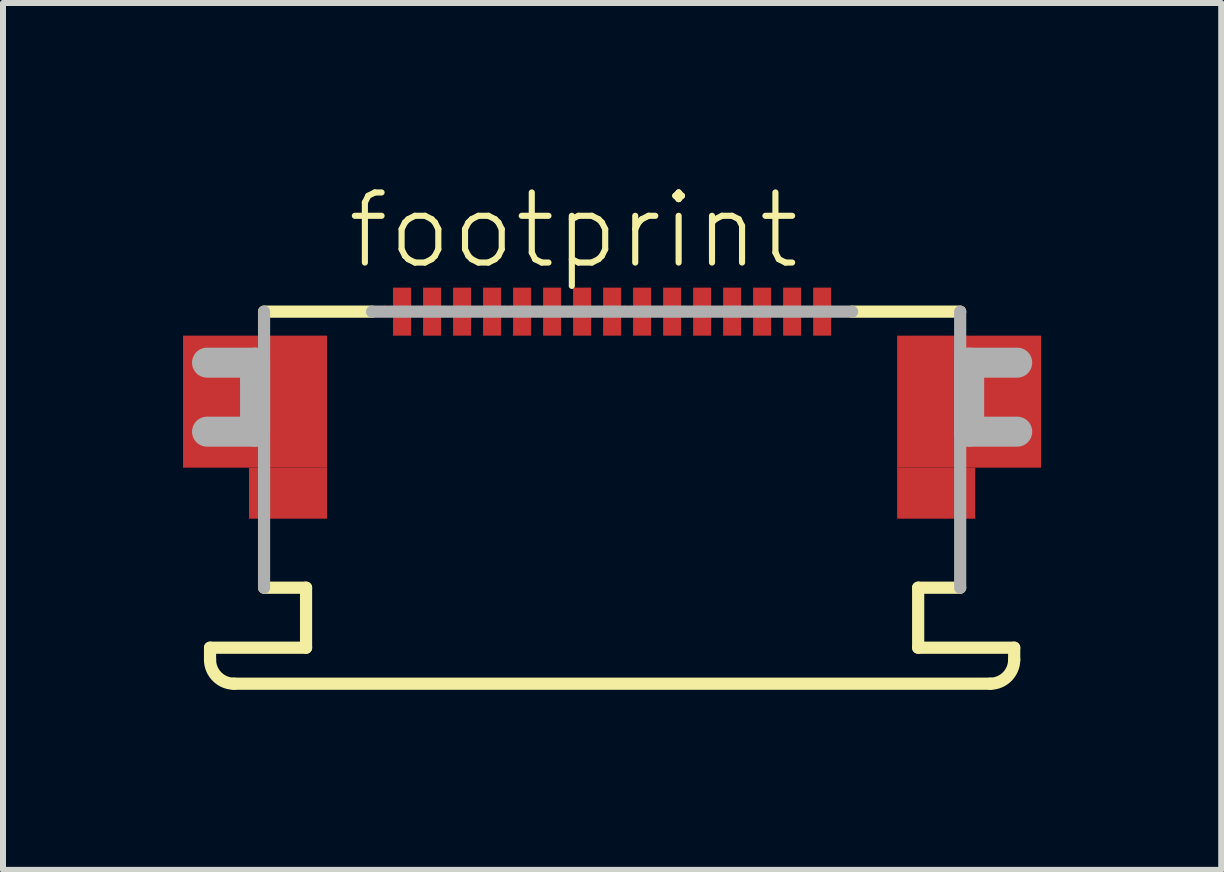
<source format=kicad_pcb>
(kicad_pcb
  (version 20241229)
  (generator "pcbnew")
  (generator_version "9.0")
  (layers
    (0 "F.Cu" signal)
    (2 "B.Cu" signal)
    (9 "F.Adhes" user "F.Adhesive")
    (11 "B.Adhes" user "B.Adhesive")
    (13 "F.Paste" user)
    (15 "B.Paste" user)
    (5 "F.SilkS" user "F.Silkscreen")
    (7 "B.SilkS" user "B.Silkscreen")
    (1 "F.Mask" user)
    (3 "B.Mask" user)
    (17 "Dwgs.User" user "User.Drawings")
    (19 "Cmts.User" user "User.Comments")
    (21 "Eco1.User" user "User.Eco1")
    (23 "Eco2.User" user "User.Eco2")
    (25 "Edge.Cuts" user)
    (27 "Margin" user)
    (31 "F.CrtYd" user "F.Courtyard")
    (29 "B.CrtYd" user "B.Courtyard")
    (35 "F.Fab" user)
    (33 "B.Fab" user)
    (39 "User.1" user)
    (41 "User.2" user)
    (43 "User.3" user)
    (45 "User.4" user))
  (footprint "footprint"
    (layer "F.Cu")
    (at 7.15 2.743)
    (property "Reference" "footprint" (at -4.465 -1.27 0) (layer "F.SilkS") (effects (font (size 1.168 1.168) (thickness 0.102)) (justify left bottom)))
    (fp_poly (pts (xy -7.15 2) (xy -4.75 2) (xy -4.75 -0.2) (xy -7.15 -0.2)) (stroke (width 0) (type solid)) (fill yes) (layer "F.Cu"))
    (fp_poly (pts (xy -6.05 2.85) (xy -4.75 2.85) (xy -4.75 2) (xy -6.05 2)) (stroke (width 0) (type solid)) (fill yes) (layer "F.Cu"))
    (fp_poly (pts (xy 4.75 2) (xy 7.15 2) (xy 7.15 -0.2) (xy 4.75 -0.2)) (stroke (width 0) (type solid)) (fill yes) (layer "F.Cu"))
    (fp_poly (pts (xy 4.75 2.85) (xy 6.05 2.85) (xy 6.05 2) (xy 4.75 2)) (stroke (width 0) (type solid)) (fill yes) (layer "F.Cu"))
    (fp_poly (pts (xy -7.15 2) (xy -4.75 2) (xy -4.75 -0.2) (xy -7.15 -0.2)) (stroke (width 0) (type solid)) (fill yes) (layer "F.Mask"))
    (fp_poly (pts (xy -6.05 2.85) (xy -4.75 2.85) (xy -4.75 2) (xy -6.05 2)) (stroke (width 0) (type solid)) (fill yes) (layer "F.Mask"))
    (fp_poly (pts (xy -3.675 -0.175) (xy -3.325 -0.175) (xy -3.325 -1.025) (xy -3.675 -1.025)) (stroke (width 0) (type solid)) (fill yes) (layer "F.Mask"))
    (fp_poly (pts (xy -3.175 -0.175) (xy -2.825 -0.175) (xy -2.825 -1.025) (xy -3.175 -1.025)) (stroke (width 0) (type solid)) (fill yes) (layer "F.Mask"))
    (fp_poly (pts (xy -2.675 -0.175) (xy -2.325 -0.175) (xy -2.325 -1.025) (xy -2.675 -1.025)) (stroke (width 0) (type solid)) (fill yes) (layer "F.Mask"))
    (fp_poly (pts (xy -2.175 -0.175) (xy -1.825 -0.175) (xy -1.825 -1.025) (xy -2.175 -1.025)) (stroke (width 0) (type solid)) (fill yes) (layer "F.Mask"))
    (fp_poly (pts (xy -1.675 -0.175) (xy -1.325 -0.175) (xy -1.325 -1.025) (xy -1.675 -1.025)) (stroke (width 0) (type solid)) (fill yes) (layer "F.Mask"))
    (fp_poly (pts (xy -1.175 -0.175) (xy -0.825 -0.175) (xy -0.825 -1.025) (xy -1.175 -1.025)) (stroke (width 0) (type solid)) (fill yes) (layer "F.Mask"))
    (fp_poly (pts (xy -0.675 -0.175) (xy -0.325 -0.175) (xy -0.325 -1.025) (xy -0.675 -1.025)) (stroke (width 0) (type solid)) (fill yes) (layer "F.Mask"))
    (fp_poly (pts (xy -0.175 -0.175) (xy 0.175 -0.175) (xy 0.175 -1.025) (xy -0.175 -1.025)) (stroke (width 0) (type solid)) (fill yes) (layer "F.Mask"))
    (fp_poly (pts (xy 0.325 -0.175) (xy 0.675 -0.175) (xy 0.675 -1.025) (xy 0.325 -1.025)) (stroke (width 0) (type solid)) (fill yes) (layer "F.Mask"))
    (fp_poly (pts (xy 0.825 -0.175) (xy 1.175 -0.175) (xy 1.175 -1.025) (xy 0.825 -1.025)) (stroke (width 0) (type solid)) (fill yes) (layer "F.Mask"))
    (fp_poly (pts (xy 1.325 -0.175) (xy 1.675 -0.175) (xy 1.675 -1.025) (xy 1.325 -1.025)) (stroke (width 0) (type solid)) (fill yes) (layer "F.Mask"))
    (fp_poly (pts (xy 1.825 -0.175) (xy 2.175 -0.175) (xy 2.175 -1.025) (xy 1.825 -1.025)) (stroke (width 0) (type solid)) (fill yes) (layer "F.Mask"))
    (fp_poly (pts (xy 2.325 -0.175) (xy 2.675 -0.175) (xy 2.675 -1.025) (xy 2.325 -1.025)) (stroke (width 0) (type solid)) (fill yes) (layer "F.Mask"))
    (fp_poly (pts (xy 2.825 -0.175) (xy 3.175 -0.175) (xy 3.175 -1.025) (xy 2.825 -1.025)) (stroke (width 0) (type solid)) (fill yes) (layer "F.Mask"))
    (fp_poly (pts (xy 3.325 -0.175) (xy 3.675 -0.175) (xy 3.675 -1.025) (xy 3.325 -1.025)) (stroke (width 0) (type solid)) (fill yes) (layer "F.Mask"))
    (fp_poly (pts (xy 4.75 2) (xy 7.15 2) (xy 7.15 -0.2) (xy 4.75 -0.2)) (stroke (width 0) (type solid)) (fill yes) (layer "F.Mask"))
    (fp_poly (pts (xy 4.75 2.85) (xy 6.05 2.85) (xy 6.05 2) (xy 4.75 2)) (stroke (width 0) (type solid)) (fill yes) (layer "F.Mask"))
    (fp_line (start -6.7 5) (end -5.1 5) (stroke (width 0.203) (type solid)) (layer "F.SilkS"))
    (fp_line (start -6.7 5.2) (end -6.7 5) (stroke (width 0.203) (type solid)) (layer "F.SilkS"))
    (fp_line (start -5.8 -0.6) (end -4 -0.6) (stroke (width 0.203) (type solid)) (layer "F.SilkS"))
    (fp_line (start -5.1 4) (end -5.8 4) (stroke (width 0.203) (type solid)) (layer "F.SilkS"))
    (fp_line (start -5.1 5) (end -5.1 4) (stroke (width 0.203) (type solid)) (layer "F.SilkS"))
    (fp_line (start 4 -0.6) (end 5.8 -0.6) (stroke (width 0.203) (type solid)) (layer "F.SilkS"))
    (fp_line (start 5.1 4) (end 5.1 5) (stroke (width 0.203) (type solid)) (layer "F.SilkS"))
    (fp_line (start 5.1 5) (end 6.7 5) (stroke (width 0.203) (type solid)) (layer "F.SilkS"))
    (fp_line (start 5.8 4) (end 5.1 4) (stroke (width 0.203) (type solid)) (layer "F.SilkS"))
    (fp_line (start 6.3 5.6) (end -6.3 5.6) (stroke (width 0.203) (type solid)) (layer "F.SilkS"))
    (fp_line (start 6.7 5) (end 6.7 5.2) (stroke (width 0.203) (type solid)) (layer "F.SilkS"))
    (fp_arc (start -6.3 5.6) (mid -6.582843 5.482843) (end -6.7 5.2) (stroke (width 0.2032) (type solid)) (layer "F.SilkS"))
    (fp_arc (start 6.7 5.2) (mid 6.582843 5.482843) (end 6.3 5.6) (stroke (width 0.2032) (type solid)) (layer "F.SilkS"))
    (fp_poly (pts (xy -7.025 1.9) (xy -4.85 1.9) (xy -4.85 -0.075) (xy -7.025 -0.075)) (stroke (width 0) (type solid)) (fill yes) (layer "F.Paste"))
    (fp_poly (pts (xy -5.95 2.75) (xy -4.85 2.75) (xy -4.85 1.9) (xy -5.95 1.9)) (stroke (width 0) (type solid)) (fill yes) (layer "F.Paste"))
    (fp_poly (pts (xy 4.85 1.9) (xy 7.025 1.9) (xy 7.025 -0.075) (xy 4.85 -0.075)) (stroke (width 0) (type solid)) (fill yes) (layer "F.Paste"))
    (fp_poly (pts (xy 4.85 2.75) (xy 5.95 2.75) (xy 5.95 1.9) (xy 4.85 1.9)) (stroke (width 0) (type solid)) (fill yes) (layer "F.Paste"))
    (fp_line (start -6.75 0.25) (end -5.95 0.25) (stroke (width 0.5) (type solid)) (layer "F.Fab"))
    (fp_line (start -5.95 0.25) (end -5.95 1.4) (stroke (width 0.5) (type solid)) (layer "F.Fab"))
    (fp_line (start -5.95 1.4) (end -6.75 1.4) (stroke (width 0.5) (type solid)) (layer "F.Fab"))
    (fp_line (start -5.8 4) (end -5.8 -0.6) (stroke (width 0.203) (type solid)) (layer "F.Fab"))
    (fp_line (start -4 -0.6) (end 4 -0.6) (stroke (width 0.203) (type solid)) (layer "F.Fab"))
    (fp_line (start 5.8 -0.6) (end 5.8 4) (stroke (width 0.203) (type solid)) (layer "F.Fab"))
    (fp_line (start 5.95 0.25) (end 6.75 0.25) (stroke (width 0.5) (type solid)) (layer "F.Fab"))
    (fp_line (start 5.95 1.4) (end 5.95 0.25) (stroke (width 0.5) (type solid)) (layer "F.Fab"))
    (fp_line (start 6.75 1.4) (end 5.95 1.4) (stroke (width 0.5) (type solid)) (layer "F.Fab"))
    (pad "1" smd rect (at -3.5 -0.6) (size 0.3 0.8) (layers "F.Cu" "F.Paste"))
    (pad "2" smd rect (at -3 -0.6) (size 0.3 0.8) (layers "F.Cu" "F.Paste"))
    (pad "3" smd rect (at -2.5 -0.6) (size 0.3 0.8) (layers "F.Cu" "F.Paste"))
    (pad "4" smd rect (at -2 -0.6) (size 0.3 0.8) (layers "F.Cu" "F.Paste"))
    (pad "5" smd rect (at -1.5 -0.6) (size 0.3 0.8) (layers "F.Cu" "F.Paste"))
    (pad "6" smd rect (at -1 -0.6) (size 0.3 0.8) (layers "F.Cu" "F.Paste"))
    (pad "7" smd rect (at -0.5 -0.6) (size 0.3 0.8) (layers "F.Cu" "F.Paste"))
    (pad "8" smd rect (at 0 -0.6) (size 0.3 0.8) (layers "F.Cu" "F.Paste"))
    (pad "9" smd rect (at 0.5 -0.6) (size 0.3 0.8) (layers "F.Cu" "F.Paste"))
    (pad "10" smd rect (at 1 -0.6) (size 0.3 0.8) (layers "F.Cu" "F.Paste"))
    (pad "11" smd rect (at 1.5 -0.6) (size 0.3 0.8) (layers "F.Cu" "F.Paste"))
    (pad "12" smd rect (at 2 -0.6) (size 0.3 0.8) (layers "F.Cu" "F.Paste"))
    (pad "13" smd rect (at 2.5 -0.6) (size 0.3 0.8) (layers "F.Cu" "F.Paste"))
    (pad "14" smd rect (at 3 -0.6) (size 0.3 0.8) (layers "F.Cu" "F.Paste"))
    (pad "15" smd rect (at 3.5 -0.6) (size 0.3 0.8) (layers "F.Cu" "F.Paste")))
  (gr_rect
    (start -3 -3)
    (end 17.3 11.445)
    (stroke (width 0.1) (type default))
    (fill no)
    (layer "Edge.Cuts")))
</source>
